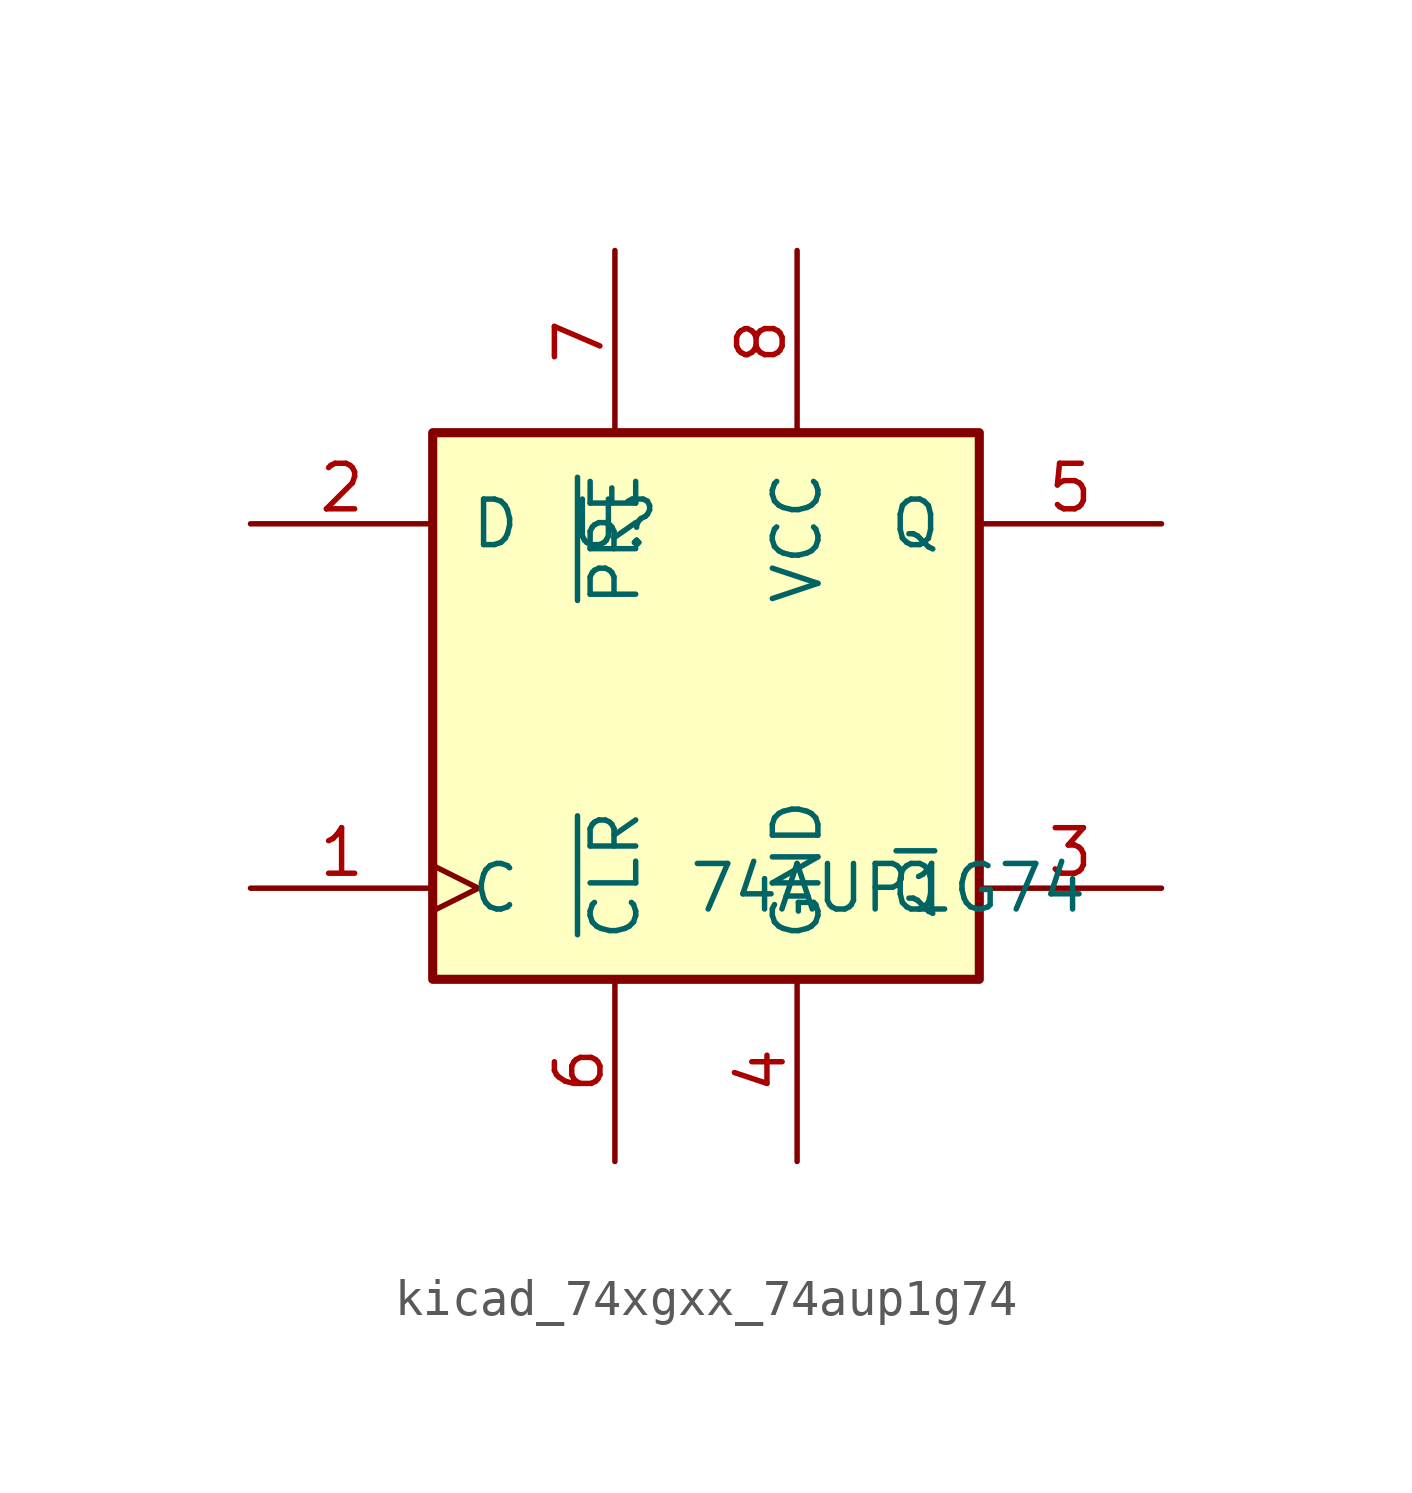
<source format=kicad_sym>
(kicad_symbol_lib
  (version 20220914)
  (generator kicad_symbol_editor)
  (symbol "kicad_74xgxx_74aup1g74"
    (pin_names
      (offset 1.016))
    (property "Reference" "U"
      (at -2.54 5.08 0)
      (effects (font (size 1.27 1.27))))
    (property "Value" "74AUP1G74"
      (at 5.08 -5.08 0)
      (effects (font (size 1.27 1.27))))
    (symbol "kicad_74xgxx_74aup1g74_0_1"
      (rectangle (start -7.62 7.62) (end 7.62 -7.62) (stroke (width 0.254) (type default)) (fill (type background))))
    (symbol "kicad_74xgxx_74aup1g74_1_1"
      (pin input clock (at -12.7 -5.08 0) (length 5.08) (name "C" (effects (font (size 1.27 1.27)))) (number "1" (effects (font (size 1.27 1.27)))))
      (pin input line (at -12.7 5.08 0) (length 5.08) (name "D" (effects (font (size 1.27 1.27)))) (number "2" (effects (font (size 1.27 1.27)))))
      (pin output line (at 12.7 -5.08 180) (length 5.08) (name "~{Q}" (effects (font (size 1.27 1.27)))) (number "3" (effects (font (size 1.27 1.27)))))
      (pin power_in line (at 2.54 -12.7 90) (length 5.08) (name "GND" (effects (font (size 1.27 1.27)))) (number "4" (effects (font (size 1.27 1.27)))))
      (pin output line (at 12.7 5.08 180) (length 5.08) (name "Q" (effects (font (size 1.27 1.27)))) (number "5" (effects (font (size 1.27 1.27)))))
      (pin input line (at -2.54 -12.7 90) (length 5.08) (name "~{CLR}" (effects (font (size 1.27 1.27)))) (number "6" (effects (font (size 1.27 1.27)))))
      (pin input line (at -2.54 12.7 270) (length 5.08) (name "~{PRE}" (effects (font (size 1.27 1.27)))) (number "7" (effects (font (size 1.27 1.27)))))
      (pin power_in line (at 2.54 12.7 270) (length 5.08) (name "VCC" (effects (font (size 1.27 1.27)))) (number "8" (effects (font (size 1.27 1.27))))))))
</source>
